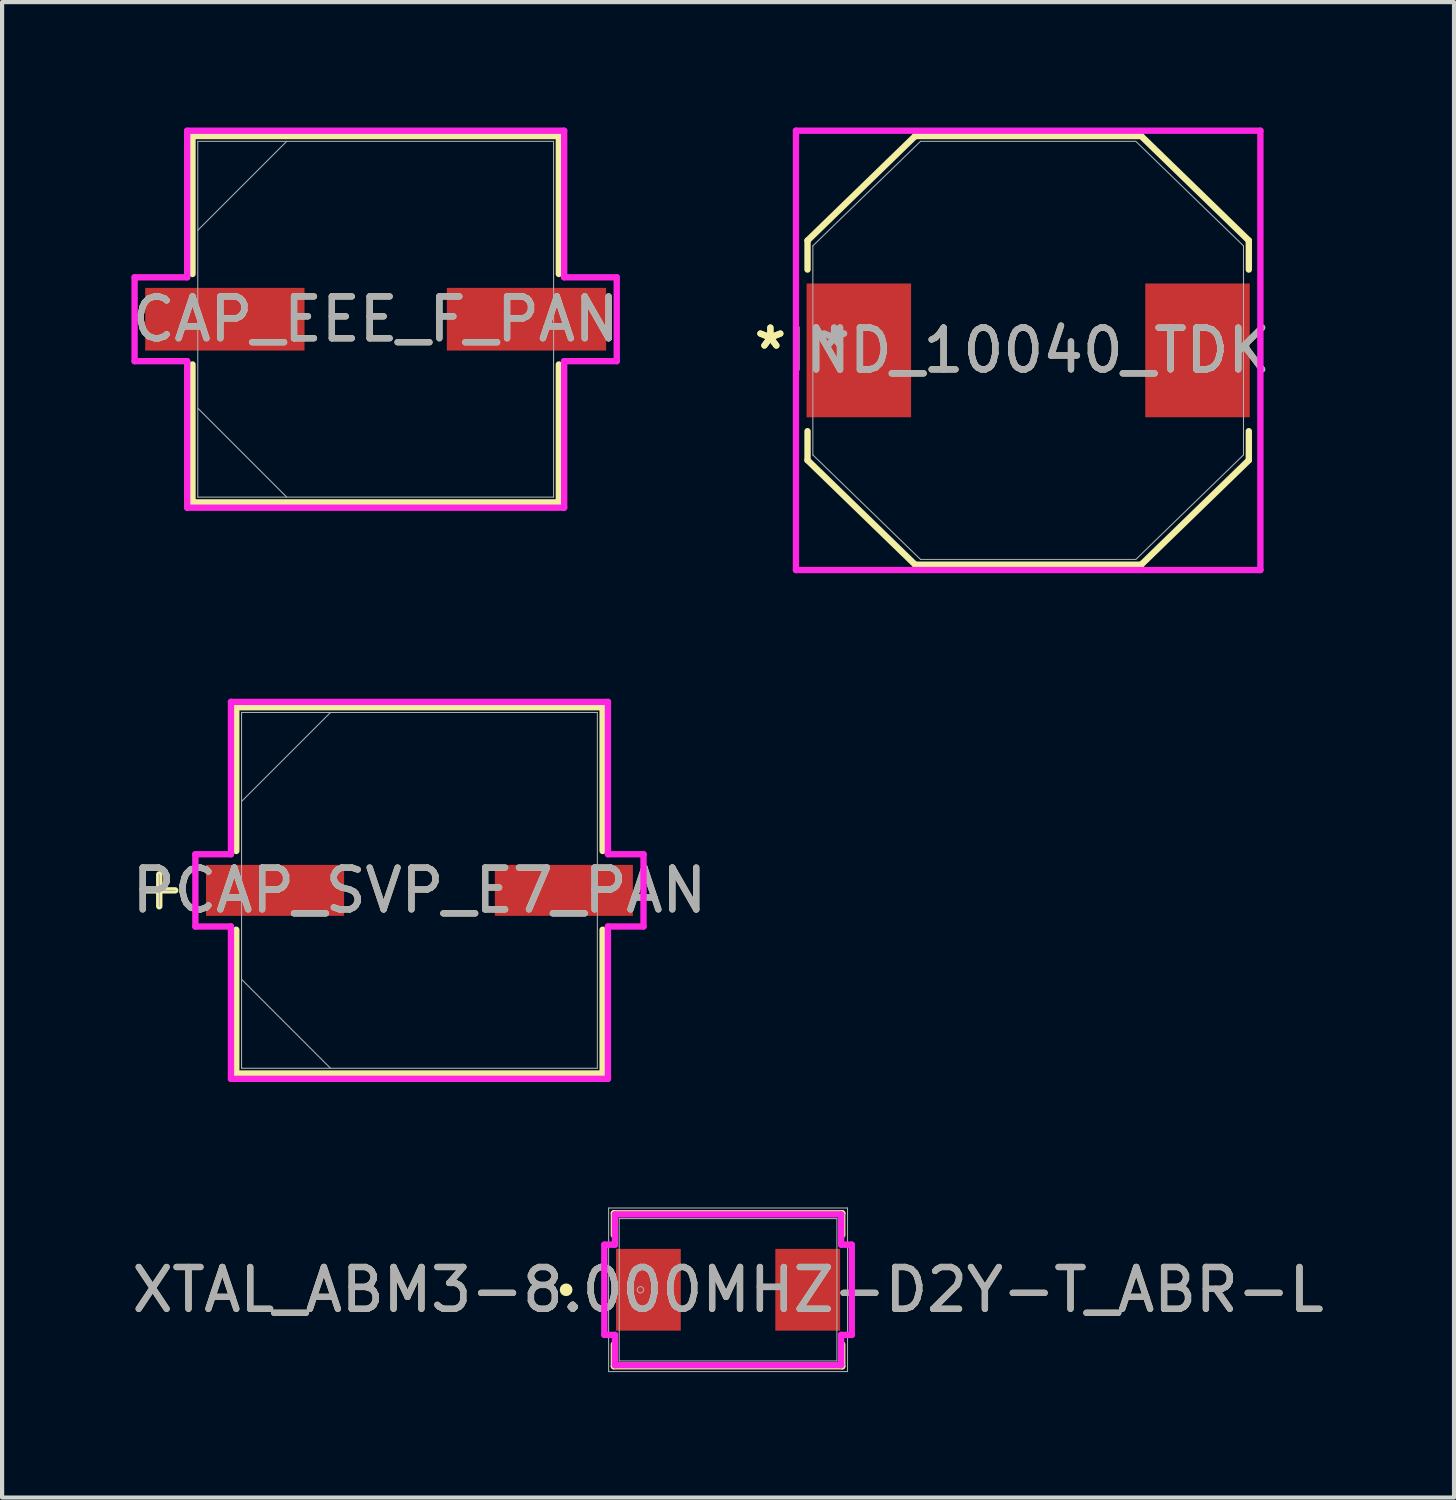
<source format=kicad_pcb>
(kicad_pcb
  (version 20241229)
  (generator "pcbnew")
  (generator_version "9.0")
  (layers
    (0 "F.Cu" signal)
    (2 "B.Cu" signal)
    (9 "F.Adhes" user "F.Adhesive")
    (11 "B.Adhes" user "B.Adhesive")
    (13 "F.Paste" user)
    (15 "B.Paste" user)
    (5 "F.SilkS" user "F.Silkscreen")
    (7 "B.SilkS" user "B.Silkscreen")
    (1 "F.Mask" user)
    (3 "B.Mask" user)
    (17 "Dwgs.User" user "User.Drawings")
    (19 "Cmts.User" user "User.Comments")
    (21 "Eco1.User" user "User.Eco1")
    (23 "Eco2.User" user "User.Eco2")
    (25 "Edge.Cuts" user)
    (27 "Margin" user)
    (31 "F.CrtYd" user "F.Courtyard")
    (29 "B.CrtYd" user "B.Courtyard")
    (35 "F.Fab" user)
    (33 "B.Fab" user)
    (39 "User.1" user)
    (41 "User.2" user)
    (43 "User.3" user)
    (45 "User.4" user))
  (footprint "IND_10040_TDK"
    (layer "F.Cu")
    (at 21.541 5.33)
    (property "Reference" "IND_10040_TDK" (at 0 0 0) (unlocked yes) (layer "F.SilkS") (effects (font (size 1 1) (thickness 0.15))))
    (attr smd)
    (fp_line (start -5.277 -2.627) (end -5.277 -1.933) (stroke (width 0.152) (type solid)) (layer "F.SilkS"))
    (fp_line (start -5.277 1.933) (end -5.277 2.627) (stroke (width 0.152) (type solid)) (layer "F.SilkS"))
    (fp_line (start -5.277 2.627) (end -2.702 5.127) (stroke (width 0.152) (type solid)) (layer "F.SilkS"))
    (fp_line (start -2.702 -5.127) (end -5.277 -2.627) (stroke (width 0.152) (type solid)) (layer "F.SilkS"))
    (fp_line (start -2.702 5.127) (end 2.702 5.127) (stroke (width 0.152) (type solid)) (layer "F.SilkS"))
    (fp_line (start 2.702 -5.127) (end -2.702 -5.127) (stroke (width 0.152) (type solid)) (layer "F.SilkS"))
    (fp_line (start 2.702 5.127) (end 5.277 2.627) (stroke (width 0.152) (type solid)) (layer "F.SilkS"))
    (fp_line (start 5.277 -2.627) (end 2.702 -5.127) (stroke (width 0.152) (type solid)) (layer "F.SilkS"))
    (fp_line (start 5.277 -1.933) (end 5.277 -2.627) (stroke (width 0.152) (type solid)) (layer "F.SilkS"))
    (fp_line (start 5.277 2.627) (end 5.277 1.933) (stroke (width 0.152) (type solid)) (layer "F.SilkS"))
    (fp_line (start -5.554 -5.254) (end 5.554 -5.254) (stroke (width 0.152) (type solid)) (layer "F.CrtYd"))
    (fp_line (start -5.554 5.254) (end -5.554 -5.254) (stroke (width 0.152) (type solid)) (layer "F.CrtYd"))
    (fp_line (start 5.554 -5.254) (end 5.554 5.254) (stroke (width 0.152) (type solid)) (layer "F.CrtYd"))
    (fp_line (start 5.554 5.254) (end -5.554 5.254) (stroke (width 0.152) (type solid)) (layer "F.CrtYd"))
    (fp_line (start -5.15 -2.5) (end -5.15 2.5) (stroke (width 0.025) (type solid)) (layer "F.Fab"))
    (fp_line (start -5.15 2.5) (end -2.575 5) (stroke (width 0.025) (type solid)) (layer "F.Fab"))
    (fp_line (start -2.575 -5) (end -5.15 -2.5) (stroke (width 0.025) (type solid)) (layer "F.Fab"))
    (fp_line (start -2.575 5) (end 2.575 5) (stroke (width 0.025) (type solid)) (layer "F.Fab"))
    (fp_line (start 2.575 -5) (end -2.575 -5) (stroke (width 0.025) (type solid)) (layer "F.Fab"))
    (fp_line (start 2.575 5) (end 5.15 2.5) (stroke (width 0.025) (type solid)) (layer "F.Fab"))
    (fp_line (start 5.15 -2.5) (end 2.575 -5) (stroke (width 0.025) (type solid)) (layer "F.Fab"))
    (fp_line (start 5.15 2.5) (end 5.15 -2.5) (stroke (width 0.025) (type solid)) (layer "F.Fab"))
    (fp_text user "*" (at -6.166 0 0) (unlocked yes) (layer "F.SilkS") (effects (font (size 1 1) (thickness 0.15))))
    (fp_text user "*" (at -6.166 0 0) (layer "F.SilkS") (effects (font (size 1 1) (thickness 0.15))))
    (fp_text user "${REFERENCE}" (at 0 0 0) (unlocked yes) (layer "F.Fab") (effects (font (size 1 1) (thickness 0.15))))
    (fp_text user "*" (at -4.642 0 0) (unlocked yes) (layer "F.Fab") (effects (font (size 1 1) (thickness 0.15))))
    (fp_text user "*" (at -4.642 0 0) (layer "F.Fab") (effects (font (size 1 1) (thickness 0.15))))
    (pad "1" smd rect (at -4.05 0) (size 2.5 3.2) (layers "F.Cu" "F.Mask" "F.Paste"))
    (pad "2" smd rect (at 4.05 0) (size 2.5 3.2) (layers "F.Cu" "F.Mask" "F.Paste")))
  (footprint "XTAL_ABM3-8.000MHZ-D2Y-T_ABR-L"
    (layer "F.Cu")
    (at 14.363 27.798)
    (property "Reference" "XTAL_ABM3-8.000MHZ-D2Y-T_ABR-L" (at 0 0 0) (unlocked yes) (layer "F.SilkS") (effects (font (size 1 1) (thickness 0.15))))
    (attr smd)
    (fp_line (start -2.731 -1.829) (end -2.731 -1.307) (stroke (width 0.152) (type solid)) (layer "F.SilkS"))
    (fp_line (start -2.731 1.307) (end -2.731 1.829) (stroke (width 0.152) (type solid)) (layer "F.SilkS"))
    (fp_line (start -2.731 1.829) (end 2.731 1.829) (stroke (width 0.152) (type solid)) (layer "F.SilkS"))
    (fp_line (start 2.731 -1.829) (end -2.731 -1.829) (stroke (width 0.152) (type solid)) (layer "F.SilkS"))
    (fp_line (start 2.731 -1.307) (end 2.731 -1.829) (stroke (width 0.152) (type solid)) (layer "F.SilkS"))
    (fp_line (start 2.731 1.829) (end 2.731 1.307) (stroke (width 0.152) (type solid)) (layer "F.SilkS"))
    (fp_circle (center -3.873 0) (end -3.797 0) (stroke (width 0.152) (type solid)) (fill no) (layer "F.SilkS"))
    (fp_line (start -2.959 -1.079) (end -2.705 -1.079) (stroke (width 0.152) (type solid)) (layer "F.CrtYd"))
    (fp_line (start -2.959 1.079) (end -2.959 -1.079) (stroke (width 0.152) (type solid)) (layer "F.CrtYd"))
    (fp_line (start -2.705 -1.803) (end 2.705 -1.803) (stroke (width 0.152) (type solid)) (layer "F.CrtYd"))
    (fp_line (start -2.705 -1.079) (end -2.705 -1.803) (stroke (width 0.152) (type solid)) (layer "F.CrtYd"))
    (fp_line (start -2.705 1.079) (end -2.959 1.079) (stroke (width 0.152) (type solid)) (layer "F.CrtYd"))
    (fp_line (start -2.705 1.803) (end -2.705 1.079) (stroke (width 0.152) (type solid)) (layer "F.CrtYd"))
    (fp_line (start 2.705 -1.803) (end 2.705 -1.079) (stroke (width 0.152) (type solid)) (layer "F.CrtYd"))
    (fp_line (start 2.705 -1.079) (end 2.959 -1.079) (stroke (width 0.152) (type solid)) (layer "F.CrtYd"))
    (fp_line (start 2.705 1.079) (end 2.705 1.803) (stroke (width 0.152) (type solid)) (layer "F.CrtYd"))
    (fp_line (start 2.705 1.803) (end -2.705 1.803) (stroke (width 0.152) (type solid)) (layer "F.CrtYd"))
    (fp_line (start 2.959 -1.079) (end 2.959 1.079) (stroke (width 0.152) (type solid)) (layer "F.CrtYd"))
    (fp_line (start 2.959 1.079) (end 2.705 1.079) (stroke (width 0.152) (type solid)) (layer "F.CrtYd"))
    (fp_line (start -2.857 -1.956) (end 2.857 -1.956) (stroke (width 0.025) (type solid)) (layer "F.Fab"))
    (fp_line (start -2.857 1.956) (end -2.857 -1.956) (stroke (width 0.025) (type solid)) (layer "F.Fab"))
    (fp_line (start -2.603 -1.702) (end -2.603 1.702) (stroke (width 0.025) (type solid)) (layer "F.Fab"))
    (fp_line (start -2.603 1.702) (end 2.603 1.702) (stroke (width 0.025) (type solid)) (layer "F.Fab"))
    (fp_line (start 2.603 -1.702) (end -2.603 -1.702) (stroke (width 0.025) (type solid)) (layer "F.Fab"))
    (fp_line (start 2.603 1.702) (end 2.603 -1.702) (stroke (width 0.025) (type solid)) (layer "F.Fab"))
    (fp_line (start 2.857 -1.956) (end 2.857 1.956) (stroke (width 0.025) (type solid)) (layer "F.Fab"))
    (fp_line (start 2.857 1.956) (end -2.857 1.956) (stroke (width 0.025) (type solid)) (layer "F.Fab"))
    (fp_circle (center -2.095 0) (end -2.019 0) (stroke (width 0.025) (type solid)) (fill no) (layer "F.Fab"))
    (fp_text user "${REFERENCE}" (at 0 0 0) (unlocked yes) (layer "F.Fab") (effects (font (size 1 1) (thickness 0.15))))
    (pad "1" smd rect (at -1.905 0 90) (size 1.956 1.549) (layers "F.Cu" "F.Mask" "F.Paste"))
    (pad "2" smd rect (at 1.905 0 90) (size 1.956 1.549) (layers "F.Cu" "F.Mask" "F.Paste"))
    (zone (net_name "") (layer "F.Cu") (hatch full 0.508) (connect_pads) (min_thickness 0.254) (filled_areas_thickness no) (keepout (tracks not_allowed) (vias not_allowed) (pads allowed) (copperpour not_allowed) (footprints allowed)) (placement (enabled no)) (fill) (polygon (pts (xy 11.81 26.147) (xy 16.916 26.147) (xy 16.916 26.744) (xy 11.81 26.744))))
    (zone (net_name "") (layer "F.Cu") (hatch full 0.508) (connect_pads) (min_thickness 0.254) (filled_areas_thickness no) (keepout (tracks not_allowed) (vias not_allowed) (pads allowed) (copperpour not_allowed) (footprints allowed)) (placement (enabled no)) (fill) (polygon (pts (xy 11.81 28.852) (xy 16.916 28.852) (xy 16.916 29.449) (xy 11.81 29.449))))
    (zone (net_name "") (layer "F.Cu") (hatch full 0.508) (connect_pads) (min_thickness 0.254) (filled_areas_thickness no) (keepout (tracks not_allowed) (vias not_allowed) (pads allowed) (copperpour not_allowed) (footprints allowed)) (placement (enabled no)) (fill) (polygon (pts (xy 13.284 26.744) (xy 15.443 26.744) (xy 15.443 28.852) (xy 13.284 28.852)))))
  (footprint "PCAP_SVP_E7_PAN"
    (layer "F.Cu")
    (at 6.982 18.245)
    (property "Reference" "PCAP_SVP_E7_PAN" (at 0 0 0) (unlocked yes) (layer "F.SilkS") (effects (font (size 1 1) (thickness 0.15))))
    (attr smd)
    (fp_line (start -6.223 -0.381) (end -6.223 0.381) (stroke (width 0.152) (type solid)) (layer "F.SilkS"))
    (fp_line (start -5.842 0) (end -6.604 0) (stroke (width 0.152) (type solid)) (layer "F.SilkS"))
    (fp_line (start -4.381 -4.381) (end -4.381 -0.942) (stroke (width 0.152) (type solid)) (layer "F.SilkS"))
    (fp_line (start -4.381 0.942) (end -4.381 4.381) (stroke (width 0.152) (type solid)) (layer "F.SilkS"))
    (fp_line (start -4.381 4.381) (end 4.381 4.381) (stroke (width 0.152) (type solid)) (layer "F.SilkS"))
    (fp_line (start 4.381 -4.381) (end -4.381 -4.381) (stroke (width 0.152) (type solid)) (layer "F.SilkS"))
    (fp_line (start 4.381 -0.942) (end 4.381 -4.381) (stroke (width 0.152) (type solid)) (layer "F.SilkS"))
    (fp_line (start 4.381 4.381) (end 4.381 0.942) (stroke (width 0.152) (type solid)) (layer "F.SilkS"))
    (fp_line (start -5.359 -0.864) (end -4.508 -0.864) (stroke (width 0.152) (type solid)) (layer "F.CrtYd"))
    (fp_line (start -5.359 0.864) (end -5.359 -0.864) (stroke (width 0.152) (type solid)) (layer "F.CrtYd"))
    (fp_line (start -4.508 -4.508) (end 4.508 -4.508) (stroke (width 0.152) (type solid)) (layer "F.CrtYd"))
    (fp_line (start -4.508 -0.864) (end -4.508 -4.508) (stroke (width 0.152) (type solid)) (layer "F.CrtYd"))
    (fp_line (start -4.508 0.864) (end -5.359 0.864) (stroke (width 0.152) (type solid)) (layer "F.CrtYd"))
    (fp_line (start -4.508 4.508) (end -4.508 0.864) (stroke (width 0.152) (type solid)) (layer "F.CrtYd"))
    (fp_line (start 4.508 -4.508) (end 4.508 -0.864) (stroke (width 0.152) (type solid)) (layer "F.CrtYd"))
    (fp_line (start 4.508 -0.864) (end 5.359 -0.864) (stroke (width 0.152) (type solid)) (layer "F.CrtYd"))
    (fp_line (start 4.508 0.864) (end 4.508 4.508) (stroke (width 0.152) (type solid)) (layer "F.CrtYd"))
    (fp_line (start 4.508 4.508) (end -4.508 4.508) (stroke (width 0.152) (type solid)) (layer "F.CrtYd"))
    (fp_line (start 5.359 -0.864) (end 5.359 0.864) (stroke (width 0.152) (type solid)) (layer "F.CrtYd"))
    (fp_line (start 5.359 0.864) (end 4.508 0.864) (stroke (width 0.152) (type solid)) (layer "F.CrtYd"))
    (fp_line (start -6.223 -0.381) (end -6.223 0.381) (stroke (width 0.025) (type solid)) (layer "F.Fab"))
    (fp_line (start -5.842 0) (end -6.604 0) (stroke (width 0.025) (type solid)) (layer "F.Fab"))
    (fp_line (start -4.255 -4.255) (end -4.255 4.255) (stroke (width 0.025) (type solid)) (layer "F.Fab"))
    (fp_line (start -4.255 -2.127) (end -2.127 -4.255) (stroke (width 0.025) (type solid)) (layer "F.Fab"))
    (fp_line (start -4.255 2.127) (end -2.127 4.255) (stroke (width 0.025) (type solid)) (layer "F.Fab"))
    (fp_line (start -4.255 4.255) (end 4.255 4.255) (stroke (width 0.025) (type solid)) (layer "F.Fab"))
    (fp_line (start 4.255 -4.255) (end -4.255 -4.255) (stroke (width 0.025) (type solid)) (layer "F.Fab"))
    (fp_line (start 4.255 4.255) (end 4.255 -4.255) (stroke (width 0.025) (type solid)) (layer "F.Fab"))
    (fp_text user "${REFERENCE}" (at 0 0 0) (unlocked yes) (layer "F.Fab") (effects (font (size 1 1) (thickness 0.15))))
    (pad "1" smd rect (at -3.454 0) (size 3.302 1.219) (layers "F.Cu" "F.Mask" "F.Paste"))
    (pad "2" smd rect (at 3.454 0) (size 3.302 1.219) (layers "F.Cu" "F.Mask" "F.Paste"))
    (zone (net_name "") (layer "F.Cu") (hatch full 0.508) (connect_pads) (min_thickness 0.254) (filled_areas_thickness no) (keepout (tracks not_allowed) (vias not_allowed) (pads allowed) (copperpour not_allowed) (footprints allowed)) (placement (enabled no)) (fill) (polygon (pts (xy 2.778 14.041) (xy 11.186 14.041) (xy 11.186 17.585) (xy 2.778 17.585))))
    (zone (net_name "") (layer "F.Cu") (hatch full 0.508) (connect_pads) (min_thickness 0.254) (filled_areas_thickness no) (keepout (tracks not_allowed) (vias not_allowed) (pads allowed) (copperpour not_allowed) (footprints allowed)) (placement (enabled no)) (fill) (polygon (pts (xy 2.778 18.905) (xy 11.186 18.905) (xy 11.186 22.449) (xy 2.778 22.449))))
    (zone (net_name "") (layer "F.Cu") (hatch full 0.508) (connect_pads) (min_thickness 0.254) (filled_areas_thickness no) (keepout (tracks not_allowed) (vias not_allowed) (pads allowed) (copperpour not_allowed) (footprints allowed)) (placement (enabled no)) (fill) (polygon (pts (xy 5.23 17.585) (xy 8.735 17.585) (xy 8.735 18.905) (xy 5.23 18.905)))))
  (footprint "CAP_EEE_F_PAN"
    (layer "F.Cu")
    (at 5.935 4.585)
    (property "Reference" "CAP_EEE_F_PAN" (at 0 0 0) (unlocked yes) (layer "F.SilkS") (effects (font (size 1 1) (thickness 0.15))))
    (attr smd)
    (fp_line (start -4.381 -4.381) (end -4.381 -1.082) (stroke (width 0.152) (type solid)) (layer "F.SilkS"))
    (fp_line (start -4.381 1.082) (end -4.381 4.381) (stroke (width 0.152) (type solid)) (layer "F.SilkS"))
    (fp_line (start -4.381 4.381) (end 4.381 4.381) (stroke (width 0.152) (type solid)) (layer "F.SilkS"))
    (fp_line (start 4.381 -4.381) (end -4.381 -4.381) (stroke (width 0.152) (type solid)) (layer "F.SilkS"))
    (fp_line (start 4.381 -1.082) (end 4.381 -4.381) (stroke (width 0.152) (type solid)) (layer "F.SilkS"))
    (fp_line (start 4.381 4.381) (end 4.381 1.082) (stroke (width 0.152) (type solid)) (layer "F.SilkS"))
    (fp_line (start -5.766 -1.003) (end -4.508 -1.003) (stroke (width 0.152) (type solid)) (layer "F.CrtYd"))
    (fp_line (start -5.766 1.003) (end -5.766 -1.003) (stroke (width 0.152) (type solid)) (layer "F.CrtYd"))
    (fp_line (start -4.508 -4.508) (end 4.508 -4.508) (stroke (width 0.152) (type solid)) (layer "F.CrtYd"))
    (fp_line (start -4.508 -1.003) (end -4.508 -4.508) (stroke (width 0.152) (type solid)) (layer "F.CrtYd"))
    (fp_line (start -4.508 1.003) (end -5.766 1.003) (stroke (width 0.152) (type solid)) (layer "F.CrtYd"))
    (fp_line (start -4.508 4.508) (end -4.508 1.003) (stroke (width 0.152) (type solid)) (layer "F.CrtYd"))
    (fp_line (start 4.508 -4.508) (end 4.508 -1.003) (stroke (width 0.152) (type solid)) (layer "F.CrtYd"))
    (fp_line (start 4.508 -1.003) (end 5.766 -1.003) (stroke (width 0.152) (type solid)) (layer "F.CrtYd"))
    (fp_line (start 4.508 1.003) (end 4.508 4.508) (stroke (width 0.152) (type solid)) (layer "F.CrtYd"))
    (fp_line (start 4.508 4.508) (end -4.508 4.508) (stroke (width 0.152) (type solid)) (layer "F.CrtYd"))
    (fp_line (start 5.766 -1.003) (end 5.766 1.003) (stroke (width 0.152) (type solid)) (layer "F.CrtYd"))
    (fp_line (start 5.766 1.003) (end 4.508 1.003) (stroke (width 0.152) (type solid)) (layer "F.CrtYd"))
    (fp_line (start -4.255 -4.255) (end -4.255 4.255) (stroke (width 0.025) (type solid)) (layer "F.Fab"))
    (fp_line (start -4.255 -2.127) (end -2.127 -4.255) (stroke (width 0.025) (type solid)) (layer "F.Fab"))
    (fp_line (start -4.255 2.127) (end -2.127 4.255) (stroke (width 0.025) (type solid)) (layer "F.Fab"))
    (fp_line (start -4.255 4.255) (end 4.255 4.255) (stroke (width 0.025) (type solid)) (layer "F.Fab"))
    (fp_line (start 4.255 -4.255) (end -4.255 -4.255) (stroke (width 0.025) (type solid)) (layer "F.Fab"))
    (fp_line (start 4.255 4.255) (end 4.255 -4.255) (stroke (width 0.025) (type solid)) (layer "F.Fab"))
    (fp_text user "${REFERENCE}" (at 0 0 0) (unlocked yes) (layer "F.Fab") (effects (font (size 1 1) (thickness 0.15))))
    (pad "1" smd rect (at -3.607 0) (size 3.81 1.499) (layers "F.Cu" "F.Mask" "F.Paste"))
    (pad "2" smd rect (at 3.607 0) (size 3.81 1.499) (layers "F.Cu" "F.Mask" "F.Paste"))
    (zone (net_name "") (layer "F.Cu") (hatch full 0.508) (connect_pads) (min_thickness 0.254) (filled_areas_thickness no) (keepout (tracks not_allowed) (vias not_allowed) (pads allowed) (copperpour not_allowed) (footprints allowed)) (placement (enabled no)) (fill) (polygon (pts (xy 1.731 0.381) (xy 10.138 0.381) (xy 10.138 3.785) (xy 1.731 3.785))))
    (zone (net_name "") (layer "F.Cu") (hatch full 0.508) (connect_pads) (min_thickness 0.254) (filled_areas_thickness no) (keepout (tracks not_allowed) (vias not_allowed) (pads allowed) (copperpour not_allowed) (footprints allowed)) (placement (enabled no)) (fill) (polygon (pts (xy 1.731 5.385) (xy 10.138 5.385) (xy 10.138 8.788) (xy 1.731 8.788))))
    (zone (net_name "") (layer "F.Cu") (hatch full 0.508) (connect_pads) (min_thickness 0.254) (filled_areas_thickness no) (keepout (tracks not_allowed) (vias not_allowed) (pads allowed) (copperpour not_allowed) (footprints allowed)) (placement (enabled no)) (fill) (polygon (pts (xy 4.284 3.785) (xy 7.586 3.785) (xy 7.586 5.385) (xy 4.284 5.385)))))
  (gr_rect
    (start -3 -3)
    (end 31.726 32.767)
    (stroke (width 0.1) (type default))
    (fill no)
    (layer "Edge.Cuts")))
</source>
